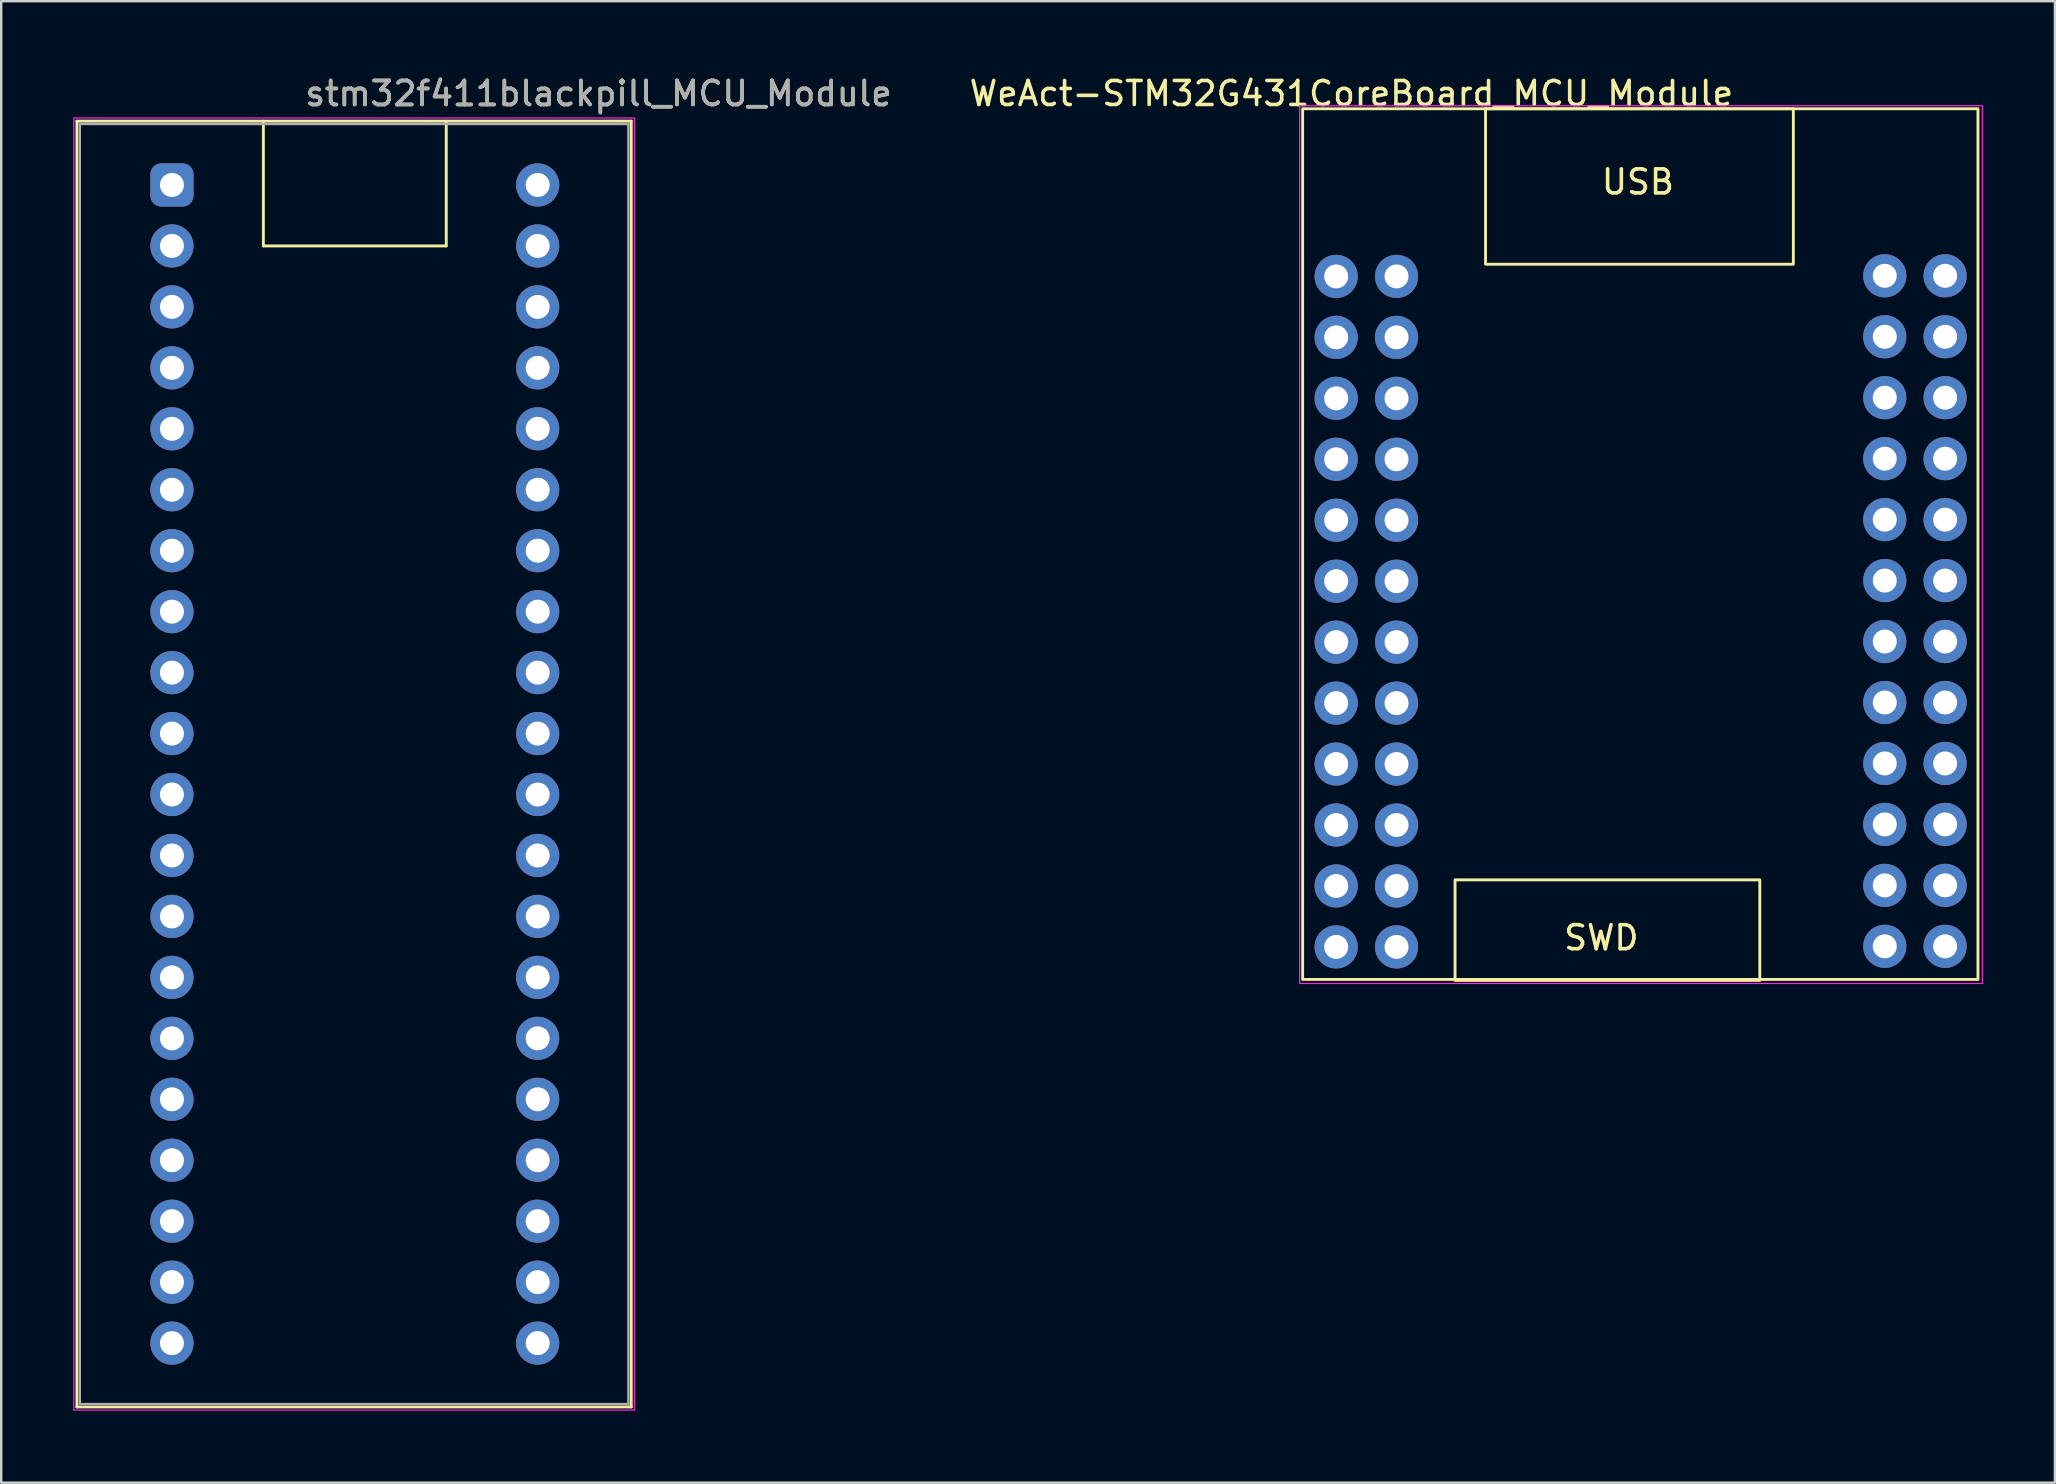
<source format=kicad_pcb>
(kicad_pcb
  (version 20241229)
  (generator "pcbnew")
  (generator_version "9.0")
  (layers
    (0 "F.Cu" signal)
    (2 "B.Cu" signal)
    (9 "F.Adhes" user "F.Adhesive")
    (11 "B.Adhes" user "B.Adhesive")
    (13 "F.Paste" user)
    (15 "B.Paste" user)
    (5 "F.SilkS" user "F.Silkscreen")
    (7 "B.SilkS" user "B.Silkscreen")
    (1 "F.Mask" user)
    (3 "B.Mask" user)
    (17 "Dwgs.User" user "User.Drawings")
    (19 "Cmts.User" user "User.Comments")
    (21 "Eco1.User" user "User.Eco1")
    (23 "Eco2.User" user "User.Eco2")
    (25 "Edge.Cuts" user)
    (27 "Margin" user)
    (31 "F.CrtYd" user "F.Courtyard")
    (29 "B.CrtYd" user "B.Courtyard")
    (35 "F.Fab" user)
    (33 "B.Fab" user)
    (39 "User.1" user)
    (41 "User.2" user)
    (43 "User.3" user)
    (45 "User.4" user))
  (footprint "WeAct-STM32G431CoreBoard_MCU_Module"
    (layer "F.Cu")
    (at 51.232 1.483)
    (property "Reference" "WeAct-STM32G431CoreBoard_MCU_Module" (at 2.032 -0.635 0) (layer "F.SilkS") (effects (font (size 1 1) (thickness 0.15))))
    (attr through_hole)
    (fp_rect (start 0 0) (end 28.14 36.28) (stroke (width 0.12) (type solid)) (fill no) (layer "F.SilkS"))
    (fp_rect (start 6.35 36.322) (end 19.05 32.131) (stroke (width 0.12) (type solid)) (fill no) (layer "F.SilkS"))
    (fp_rect (start 7.62 0) (end 20.447 6.477) (stroke (width 0.12) (type solid)) (fill no) (layer "F.SilkS"))
    (fp_rect (start -0.127 -0.127) (end 28.321 36.449) (stroke (width 0.05) (type solid)) (fill no) (layer "F.CrtYd"))
    (fp_text user "USB" (at 13.97 3.048 0) (unlocked yes) (layer "F.SilkS") (effects (font (size 1 1) (thickness 0.15))))
    (fp_text user "SWD" (at 12.446 34.544 0) (unlocked yes) (layer "F.SilkS") (effects (font (size 1 1) (thickness 0.15))))
    (pad "1" thru_hole circle (at 1.397 6.985 270) (size 1.8 1.8) (drill 1) (layers "*.Cu" "*.Mask"))
    (pad "2" thru_hole circle (at 3.912 6.985 270) (size 1.8 1.8) (drill 1) (layers "*.Cu" "*.Mask"))
    (pad "3" thru_hole circle (at 1.397 9.525 270) (size 1.8 1.8) (drill 1) (layers "*.Cu" "*.Mask"))
    (pad "4" thru_hole circle (at 3.912 9.525 270) (size 1.8 1.8) (drill 1) (layers "*.Cu" "*.Mask"))
    (pad "5" thru_hole circle (at 1.397 12.065 270) (size 1.8 1.8) (drill 1) (layers "*.Cu" "*.Mask"))
    (pad "6" thru_hole circle (at 3.912 12.065 270) (size 1.8 1.8) (drill 1) (layers "*.Cu" "*.Mask"))
    (pad "7" thru_hole circle (at 1.397 14.605 270) (size 1.8 1.8) (drill 1) (layers "*.Cu" "*.Mask"))
    (pad "8" thru_hole circle (at 3.912 14.605 270) (size 1.8 1.8) (drill 1) (layers "*.Cu" "*.Mask"))
    (pad "9" thru_hole circle (at 1.397 17.145 270) (size 1.8 1.8) (drill 1) (layers "*.Cu" "*.Mask"))
    (pad "10" thru_hole circle (at 3.912 17.145 270) (size 1.8 1.8) (drill 1) (layers "*.Cu" "*.Mask"))
    (pad "11" thru_hole circle (at 1.397 19.685 270) (size 1.8 1.8) (drill 1) (layers "*.Cu" "*.Mask"))
    (pad "12" thru_hole circle (at 3.912 19.685 270) (size 1.8 1.8) (drill 1) (layers "*.Cu" "*.Mask"))
    (pad "13" thru_hole circle (at 1.397 22.225 270) (size 1.8 1.8) (drill 1) (layers "*.Cu" "*.Mask"))
    (pad "14" thru_hole circle (at 3.912 22.225 270) (size 1.8 1.8) (drill 1) (layers "*.Cu" "*.Mask"))
    (pad "15" thru_hole circle (at 1.397 24.765 270) (size 1.8 1.8) (drill 1) (layers "*.Cu" "*.Mask"))
    (pad "16" thru_hole circle (at 3.912 24.765 270) (size 1.8 1.8) (drill 1) (layers "*.Cu" "*.Mask"))
    (pad "17" thru_hole circle (at 1.397 27.305 270) (size 1.8 1.8) (drill 1) (layers "*.Cu" "*.Mask"))
    (pad "18" thru_hole circle (at 3.912 27.305 270) (size 1.8 1.8) (drill 1) (layers "*.Cu" "*.Mask"))
    (pad "19" thru_hole circle (at 1.397 29.845 270) (size 1.8 1.8) (drill 1) (layers "*.Cu" "*.Mask"))
    (pad "20" thru_hole circle (at 3.912 29.845 270) (size 1.8 1.8) (drill 1) (layers "*.Cu" "*.Mask"))
    (pad "21" thru_hole circle (at 1.397 32.385 270) (size 1.8 1.8) (drill 1) (layers "*.Cu" "*.Mask"))
    (pad "22" thru_hole circle (at 3.912 32.385 270) (size 1.8 1.8) (drill 1) (layers "*.Cu" "*.Mask"))
    (pad "23" thru_hole circle (at 1.397 34.925 270) (size 1.8 1.8) (drill 1) (layers "*.Cu" "*.Mask"))
    (pad "24" thru_hole circle (at 3.912 34.925 270) (size 1.8 1.8) (drill 1) (layers "*.Cu" "*.Mask"))
    (pad "25" thru_hole circle (at 24.257 6.96 270) (size 1.8 1.8) (drill 1) (layers "*.Cu" "*.Mask"))
    (pad "26" thru_hole circle (at 26.772 6.96 270) (size 1.8 1.8) (drill 1) (layers "*.Cu" "*.Mask"))
    (pad "27" thru_hole circle (at 24.257 9.5 270) (size 1.8 1.8) (drill 1) (layers "*.Cu" "*.Mask"))
    (pad "28" thru_hole circle (at 26.772 9.5 270) (size 1.8 1.8) (drill 1) (layers "*.Cu" "*.Mask"))
    (pad "29" thru_hole circle (at 24.257 12.04 270) (size 1.8 1.8) (drill 1) (layers "*.Cu" "*.Mask"))
    (pad "30" thru_hole circle (at 26.772 12.04 270) (size 1.8 1.8) (drill 1) (layers "*.Cu" "*.Mask"))
    (pad "31" thru_hole circle (at 24.257 14.58 270) (size 1.8 1.8) (drill 1) (layers "*.Cu" "*.Mask"))
    (pad "32" thru_hole circle (at 26.772 14.58 270) (size 1.8 1.8) (drill 1) (layers "*.Cu" "*.Mask"))
    (pad "33" thru_hole circle (at 24.257 17.12 270) (size 1.8 1.8) (drill 1) (layers "*.Cu" "*.Mask"))
    (pad "34" thru_hole circle (at 26.772 17.12 270) (size 1.8 1.8) (drill 1) (layers "*.Cu" "*.Mask"))
    (pad "35" thru_hole circle (at 24.257 19.66 270) (size 1.8 1.8) (drill 1) (layers "*.Cu" "*.Mask"))
    (pad "36" thru_hole circle (at 26.772 19.66 270) (size 1.8 1.8) (drill 1) (layers "*.Cu" "*.Mask"))
    (pad "37" thru_hole circle (at 24.257 22.2 270) (size 1.8 1.8) (drill 1) (layers "*.Cu" "*.Mask"))
    (pad "38" thru_hole circle (at 26.772 22.2 270) (size 1.8 1.8) (drill 1) (layers "*.Cu" "*.Mask"))
    (pad "39" thru_hole circle (at 24.257 24.74 270) (size 1.8 1.8) (drill 1) (layers "*.Cu" "*.Mask"))
    (pad "40" thru_hole circle (at 26.772 24.74 270) (size 1.8 1.8) (drill 1) (layers "*.Cu" "*.Mask"))
    (pad "41" thru_hole circle (at 24.257 27.28 270) (size 1.8 1.8) (drill 1) (layers "*.Cu" "*.Mask"))
    (pad "42" thru_hole circle (at 26.772 27.28 270) (size 1.8 1.8) (drill 1) (layers "*.Cu" "*.Mask"))
    (pad "43" thru_hole circle (at 24.257 29.82 270) (size 1.8 1.8) (drill 1) (layers "*.Cu" "*.Mask"))
    (pad "44" thru_hole circle (at 26.772 29.82 270) (size 1.8 1.8) (drill 1) (layers "*.Cu" "*.Mask"))
    (pad "45" thru_hole circle (at 24.257 32.36 270) (size 1.8 1.8) (drill 1) (layers "*.Cu" "*.Mask"))
    (pad "46" thru_hole circle (at 26.772 32.36 270) (size 1.8 1.8) (drill 1) (layers "*.Cu" "*.Mask"))
    (pad "47" thru_hole circle (at 24.257 34.9 270) (size 1.8 1.8) (drill 1) (layers "*.Cu" "*.Mask"))
    (pad "48" thru_hole circle (at 26.772 34.9 270) (size 1.8 1.8) (drill 1) (layers "*.Cu" "*.Mask")))
  (footprint "stm32f411blackpill_MCU_Module"
    (layer "F.Cu")
    (at 4.115 4.658)
    (property "Reference" "stm32f411blackpill_MCU_Module" (at 17.78 -3.81 0) (layer "F.SilkS") (effects (font (size 1 1) (thickness 0.15))))
    (attr through_hole)
    (fp_line (start -3.96 -2.66) (end -3.96 50.92) (stroke (width 0.12) (type solid)) (layer "F.SilkS"))
    (fp_line (start -3.96 50.92) (end 19.14 50.92) (stroke (width 0.12) (type solid)) (layer "F.SilkS"))
    (fp_line (start 3.81 2.54) (end 3.81 -2.66) (stroke (width 0.12) (type solid)) (layer "F.SilkS"))
    (fp_line (start 11.43 -2.66) (end 11.43 2.54) (stroke (width 0.12) (type solid)) (layer "F.SilkS"))
    (fp_line (start 11.43 2.54) (end 3.81 2.54) (stroke (width 0.12) (type solid)) (layer "F.SilkS"))
    (fp_line (start 19.14 -2.66) (end -3.96 -2.66) (stroke (width 0.12) (type solid)) (layer "F.SilkS"))
    (fp_line (start 19.14 50.92) (end 19.14 -2.66) (stroke (width 0.12) (type solid)) (layer "F.SilkS"))
    (fp_line (start -4.09 -2.79) (end -4.09 51.05) (stroke (width 0.05) (type solid)) (layer "F.CrtYd"))
    (fp_line (start -4.09 51.05) (end 19.27 51.05) (stroke (width 0.05) (type solid)) (layer "F.CrtYd"))
    (fp_line (start 19.27 -2.79) (end -4.09 -2.79) (stroke (width 0.05) (type solid)) (layer "F.CrtYd"))
    (fp_line (start 19.27 51.05) (end 19.27 -2.79) (stroke (width 0.05) (type solid)) (layer "F.CrtYd"))
    (fp_line (start -3.84 -2.54) (end -3.84 50.8) (stroke (width 0.1) (type solid)) (layer "F.Fab"))
    (fp_line (start -3.84 50.8) (end 19.02 50.8) (stroke (width 0.1) (type solid)) (layer "F.Fab"))
    (fp_line (start 19.02 -2.54) (end -3.84 -2.54) (stroke (width 0.1) (type solid)) (layer "F.Fab"))
    (fp_line (start 19.02 50.8) (end 19.02 -2.54) (stroke (width 0.1) (type solid)) (layer "F.Fab"))
    (fp_text user "${REFERENCE}" (at 17.78 -3.81 0) (layer "F.Fab") (effects (font (size 1 1) (thickness 0.15))))
    (pad "1" thru_hole roundrect (at 0 0 270) (size 1.8 1.8) (drill 1) (layers "*.Cu" "*.Mask") (roundrect_rratio 0.25))
    (pad "2" thru_hole circle (at 0 2.54 270) (size 1.8 1.8) (drill 1) (layers "*.Cu" "*.Mask"))
    (pad "3" thru_hole circle (at 0 5.08 270) (size 1.8 1.8) (drill 1) (layers "*.Cu" "*.Mask"))
    (pad "4" thru_hole circle (at 0 7.62 270) (size 1.8 1.8) (drill 1) (layers "*.Cu" "*.Mask"))
    (pad "5" thru_hole circle (at 0 10.16 270) (size 1.8 1.8) (drill 1) (layers "*.Cu" "*.Mask"))
    (pad "6" thru_hole circle (at 0 12.7 270) (size 1.8 1.8) (drill 1) (layers "*.Cu" "*.Mask"))
    (pad "7" thru_hole circle (at 0 15.24 270) (size 1.8 1.8) (drill 1) (layers "*.Cu" "*.Mask"))
    (pad "8" thru_hole circle (at 0 17.78 270) (size 1.8 1.8) (drill 1) (layers "*.Cu" "*.Mask"))
    (pad "9" thru_hole circle (at 0 20.32 270) (size 1.8 1.8) (drill 1) (layers "*.Cu" "*.Mask"))
    (pad "10" thru_hole circle (at 0 22.86 270) (size 1.8 1.8) (drill 1) (layers "*.Cu" "*.Mask"))
    (pad "11" thru_hole circle (at 0 25.4 270) (size 1.8 1.8) (drill 1) (layers "*.Cu" "*.Mask"))
    (pad "12" thru_hole circle (at 0 27.94 270) (size 1.8 1.8) (drill 1) (layers "*.Cu" "*.Mask"))
    (pad "13" thru_hole circle (at 0 30.48 270) (size 1.8 1.8) (drill 1) (layers "*.Cu" "*.Mask"))
    (pad "14" thru_hole circle (at 0 33.02 270) (size 1.8 1.8) (drill 1) (layers "*.Cu" "*.Mask"))
    (pad "15" thru_hole circle (at 0 35.56 270) (size 1.8 1.8) (drill 1) (layers "*.Cu" "*.Mask"))
    (pad "16" thru_hole circle (at 0 38.1 270) (size 1.8 1.8) (drill 1) (layers "*.Cu" "*.Mask"))
    (pad "17" thru_hole circle (at 0 40.64 270) (size 1.8 1.8) (drill 1) (layers "*.Cu" "*.Mask"))
    (pad "18" thru_hole circle (at 0 43.18 270) (size 1.8 1.8) (drill 1) (layers "*.Cu" "*.Mask"))
    (pad "19" thru_hole circle (at 0 45.72 270) (size 1.8 1.8) (drill 1) (layers "*.Cu" "*.Mask"))
    (pad "20" thru_hole circle (at 0 48.26 270) (size 1.8 1.8) (drill 1) (layers "*.Cu" "*.Mask"))
    (pad "21" thru_hole circle (at 15.24 48.26 270) (size 1.8 1.8) (drill 1) (layers "*.Cu" "*.Mask"))
    (pad "22" thru_hole circle (at 15.24 45.72 270) (size 1.8 1.8) (drill 1) (layers "*.Cu" "*.Mask"))
    (pad "23" thru_hole circle (at 15.24 43.18 270) (size 1.8 1.8) (drill 1) (layers "*.Cu" "*.Mask"))
    (pad "24" thru_hole circle (at 15.24 40.64 270) (size 1.8 1.8) (drill 1) (layers "*.Cu" "*.Mask"))
    (pad "25" thru_hole circle (at 15.24 38.1 270) (size 1.8 1.8) (drill 1) (layers "*.Cu" "*.Mask"))
    (pad "26" thru_hole circle (at 15.24 35.56 270) (size 1.8 1.8) (drill 1) (layers "*.Cu" "*.Mask"))
    (pad "27" thru_hole circle (at 15.24 33.02 270) (size 1.8 1.8) (drill 1) (layers "*.Cu" "*.Mask"))
    (pad "28" thru_hole circle (at 15.24 30.48 270) (size 1.8 1.8) (drill 1) (layers "*.Cu" "*.Mask"))
    (pad "29" thru_hole circle (at 15.24 27.94 270) (size 1.8 1.8) (drill 1) (layers "*.Cu" "*.Mask"))
    (pad "30" thru_hole circle (at 15.24 25.4 270) (size 1.8 1.8) (drill 1) (layers "*.Cu" "*.Mask"))
    (pad "31" thru_hole circle (at 15.24 22.86 270) (size 1.8 1.8) (drill 1) (layers "*.Cu" "*.Mask"))
    (pad "32" thru_hole circle (at 15.24 20.32 270) (size 1.8 1.8) (drill 1) (layers "*.Cu" "*.Mask"))
    (pad "33" thru_hole circle (at 15.24 17.78 270) (size 1.8 1.8) (drill 1) (layers "*.Cu" "*.Mask"))
    (pad "34" thru_hole circle (at 15.24 15.24 270) (size 1.8 1.8) (drill 1) (layers "*.Cu" "*.Mask"))
    (pad "35" thru_hole circle (at 15.24 12.7 270) (size 1.8 1.8) (drill 1) (layers "*.Cu" "*.Mask"))
    (pad "36" thru_hole circle (at 15.24 10.16 270) (size 1.8 1.8) (drill 1) (layers "*.Cu" "*.Mask"))
    (pad "37" thru_hole circle (at 15.24 7.62 270) (size 1.8 1.8) (drill 1) (layers "*.Cu" "*.Mask"))
    (pad "38" thru_hole circle (at 15.24 5.08 270) (size 1.8 1.8) (drill 1) (layers "*.Cu" "*.Mask"))
    (pad "39" thru_hole circle (at 15.24 2.54 270) (size 1.8 1.8) (drill 1) (layers "*.Cu" "*.Mask"))
    (pad "40" thru_hole circle (at 15.24 0 270) (size 1.8 1.8) (drill 1) (layers "*.Cu" "*.Mask")))
  (gr_rect
    (start -3 -3)
    (end 82.578 58.733)
    (stroke (width 0.1) (type default))
    (fill no)
    (layer "Edge.Cuts")))
</source>
